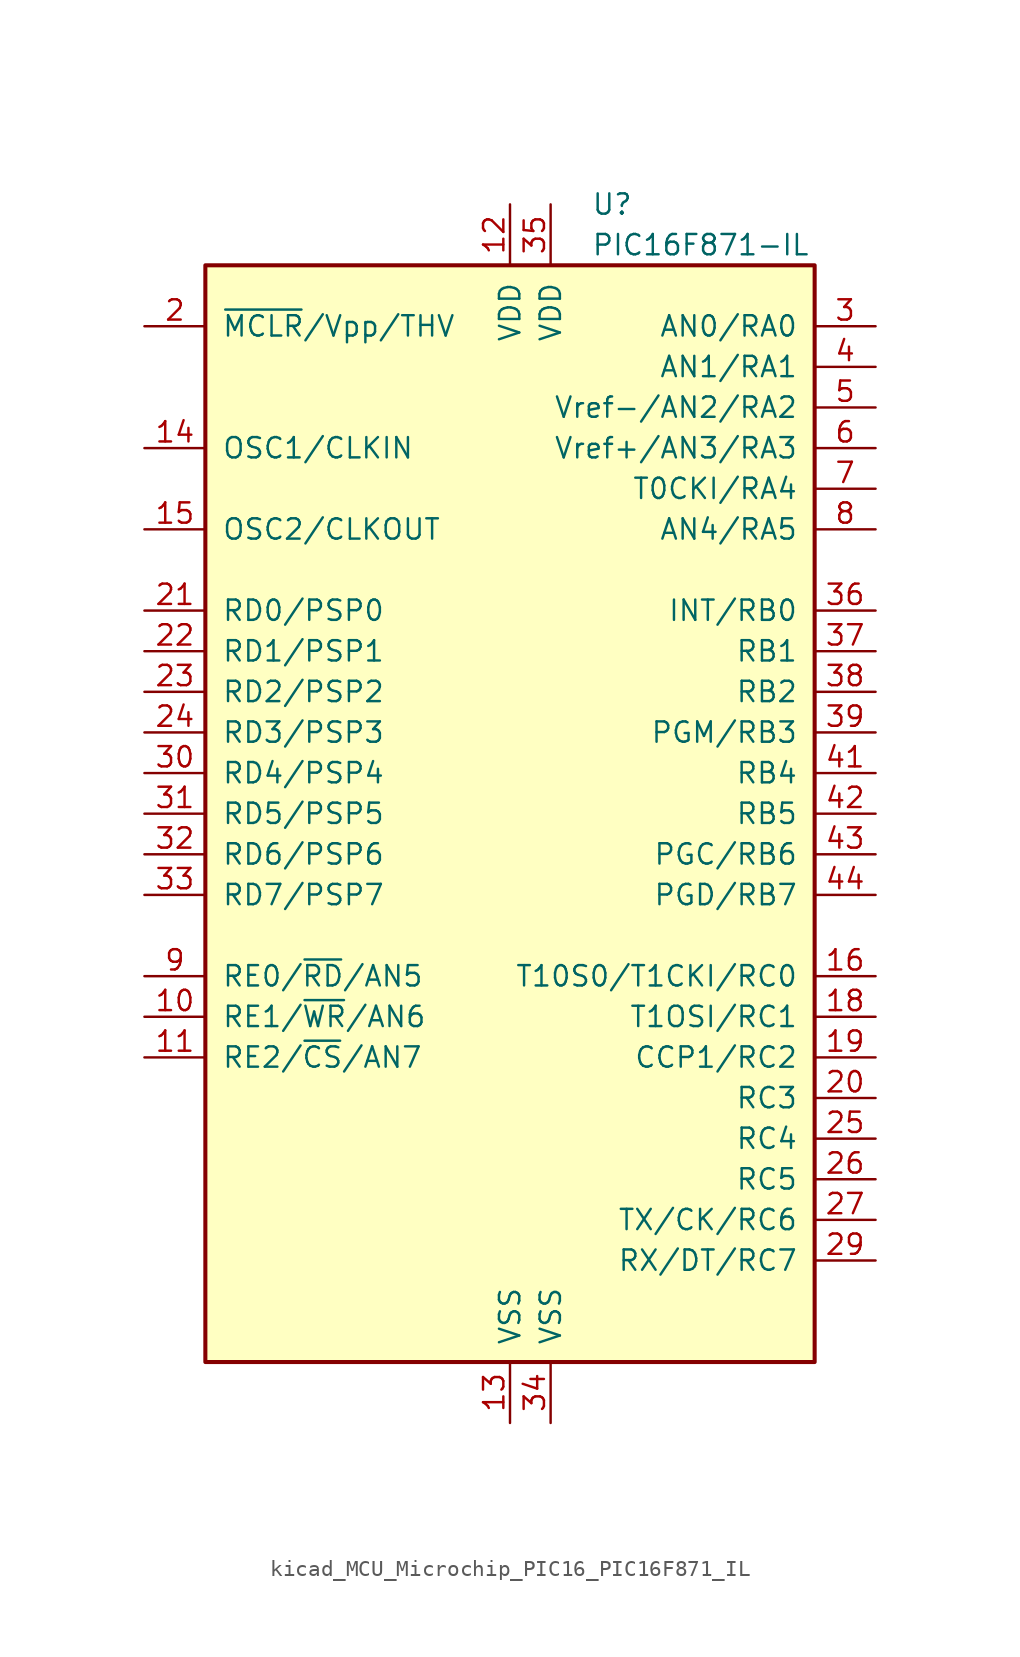
<source format=kicad_sym>
(kicad_symbol_lib
  (version 20220914)
  (generator kicad_symbol_editor)
  (symbol "kicad_MCU_Microchip_PIC16_PIC16F871_IL"
    (pin_names
      (offset 1.016))
    (property "Reference" "U"
      (at 5.08 38.1 0)
      (effects (font (size 1.27 1.27)) (justify left)))
    (property "Value" "PIC16F871-IL"
      (at 5.08 35.56 0)
      (effects (font (size 1.27 1.27)) (justify left)))
    (symbol "kicad_MCU_Microchip_PIC16_PIC16F871_IL_0_1"
      (rectangle (start -19.05 -34.29) (end 19.05 34.29) (stroke (width 0.254) (type default)) (fill (type background))))
    (symbol "kicad_MCU_Microchip_PIC16_PIC16F871_IL_1_1"
      (pin bidirectional line (at -22.86 -12.7 0) (length 3.81) (name "RE1/~{WR}/AN6" (effects (font (size 1.27 1.27)))) (number "10" (effects (font (size 1.27 1.27)))))
      (pin bidirectional line (at -22.86 -15.24 0) (length 3.81) (name "RE2/~{CS}/AN7" (effects (font (size 1.27 1.27)))) (number "11" (effects (font (size 1.27 1.27)))))
      (pin power_in line (at 0 38.1 270) (length 3.81) (name "VDD" (effects (font (size 1.27 1.27)))) (number "12" (effects (font (size 1.27 1.27)))))
      (pin power_in line (at 0 -38.1 90) (length 3.81) (name "VSS" (effects (font (size 1.27 1.27)))) (number "13" (effects (font (size 1.27 1.27)))))
      (pin input line (at -22.86 22.86 0) (length 3.81) (name "OSC1/CLKIN" (effects (font (size 1.27 1.27)))) (number "14" (effects (font (size 1.27 1.27)))))
      (pin output line (at -22.86 17.78 0) (length 3.81) (name "OSC2/CLKOUT" (effects (font (size 1.27 1.27)))) (number "15" (effects (font (size 1.27 1.27)))))
      (pin bidirectional line (at 22.86 -10.16 180) (length 3.81) (name "T10S0/T1CKI/RC0" (effects (font (size 1.27 1.27)))) (number "16" (effects (font (size 1.27 1.27)))))
      (pin bidirectional line (at 22.86 -12.7 180) (length 3.81) (name "T1OSI/RC1" (effects (font (size 1.27 1.27)))) (number "18" (effects (font (size 1.27 1.27)))))
      (pin bidirectional line (at 22.86 -15.24 180) (length 3.81) (name "CCP1/RC2" (effects (font (size 1.27 1.27)))) (number "19" (effects (font (size 1.27 1.27)))))
      (pin input line (at -22.86 30.48 0) (length 3.81) (name "~{MCLR}/Vpp/THV" (effects (font (size 1.27 1.27)))) (number "2" (effects (font (size 1.27 1.27)))))
      (pin bidirectional line (at 22.86 -17.78 180) (length 3.81) (name "RC3" (effects (font (size 1.27 1.27)))) (number "20" (effects (font (size 1.27 1.27)))))
      (pin bidirectional line (at -22.86 12.7 0) (length 3.81) (name "RD0/PSP0" (effects (font (size 1.27 1.27)))) (number "21" (effects (font (size 1.27 1.27)))))
      (pin bidirectional line (at -22.86 10.16 0) (length 3.81) (name "RD1/PSP1" (effects (font (size 1.27 1.27)))) (number "22" (effects (font (size 1.27 1.27)))))
      (pin bidirectional line (at -22.86 7.62 0) (length 3.81) (name "RD2/PSP2" (effects (font (size 1.27 1.27)))) (number "23" (effects (font (size 1.27 1.27)))))
      (pin bidirectional line (at -22.86 5.08 0) (length 3.81) (name "RD3/PSP3" (effects (font (size 1.27 1.27)))) (number "24" (effects (font (size 1.27 1.27)))))
      (pin bidirectional line (at 22.86 -20.32 180) (length 3.81) (name "RC4" (effects (font (size 1.27 1.27)))) (number "25" (effects (font (size 1.27 1.27)))))
      (pin bidirectional line (at 22.86 -22.86 180) (length 3.81) (name "RC5" (effects (font (size 1.27 1.27)))) (number "26" (effects (font (size 1.27 1.27)))))
      (pin bidirectional line (at 22.86 -25.4 180) (length 3.81) (name "TX/CK/RC6" (effects (font (size 1.27 1.27)))) (number "27" (effects (font (size 1.27 1.27)))))
      (pin bidirectional line (at 22.86 -27.94 180) (length 3.81) (name "RX/DT/RC7" (effects (font (size 1.27 1.27)))) (number "29" (effects (font (size 1.27 1.27)))))
      (pin bidirectional line (at 22.86 30.48 180) (length 3.81) (name "AN0/RA0" (effects (font (size 1.27 1.27)))) (number "3" (effects (font (size 1.27 1.27)))))
      (pin bidirectional line (at -22.86 2.54 0) (length 3.81) (name "RD4/PSP4" (effects (font (size 1.27 1.27)))) (number "30" (effects (font (size 1.27 1.27)))))
      (pin bidirectional line (at -22.86 0 0) (length 3.81) (name "RD5/PSP5" (effects (font (size 1.27 1.27)))) (number "31" (effects (font (size 1.27 1.27)))))
      (pin bidirectional line (at -22.86 -2.54 0) (length 3.81) (name "RD6/PSP6" (effects (font (size 1.27 1.27)))) (number "32" (effects (font (size 1.27 1.27)))))
      (pin bidirectional line (at -22.86 -5.08 0) (length 3.81) (name "RD7/PSP7" (effects (font (size 1.27 1.27)))) (number "33" (effects (font (size 1.27 1.27)))))
      (pin power_in line (at 2.54 -38.1 90) (length 3.81) (name "VSS" (effects (font (size 1.27 1.27)))) (number "34" (effects (font (size 1.27 1.27)))))
      (pin power_in line (at 2.54 38.1 270) (length 3.81) (name "VDD" (effects (font (size 1.27 1.27)))) (number "35" (effects (font (size 1.27 1.27)))))
      (pin bidirectional line (at 22.86 12.7 180) (length 3.81) (name "INT/RB0" (effects (font (size 1.27 1.27)))) (number "36" (effects (font (size 1.27 1.27)))))
      (pin bidirectional line (at 22.86 10.16 180) (length 3.81) (name "RB1" (effects (font (size 1.27 1.27)))) (number "37" (effects (font (size 1.27 1.27)))))
      (pin bidirectional line (at 22.86 7.62 180) (length 3.81) (name "RB2" (effects (font (size 1.27 1.27)))) (number "38" (effects (font (size 1.27 1.27)))))
      (pin bidirectional line (at 22.86 5.08 180) (length 3.81) (name "PGM/RB3" (effects (font (size 1.27 1.27)))) (number "39" (effects (font (size 1.27 1.27)))))
      (pin bidirectional line (at 22.86 27.94 180) (length 3.81) (name "AN1/RA1" (effects (font (size 1.27 1.27)))) (number "4" (effects (font (size 1.27 1.27)))))
      (pin bidirectional line (at 22.86 2.54 180) (length 3.81) (name "RB4" (effects (font (size 1.27 1.27)))) (number "41" (effects (font (size 1.27 1.27)))))
      (pin bidirectional line (at 22.86 0 180) (length 3.81) (name "RB5" (effects (font (size 1.27 1.27)))) (number "42" (effects (font (size 1.27 1.27)))))
      (pin bidirectional line (at 22.86 -2.54 180) (length 3.81) (name "PGC/RB6" (effects (font (size 1.27 1.27)))) (number "43" (effects (font (size 1.27 1.27)))))
      (pin bidirectional line (at 22.86 -5.08 180) (length 3.81) (name "PGD/RB7" (effects (font (size 1.27 1.27)))) (number "44" (effects (font (size 1.27 1.27)))))
      (pin bidirectional line (at 22.86 25.4 180) (length 3.81) (name "Vref-/AN2/RA2" (effects (font (size 1.27 1.27)))) (number "5" (effects (font (size 1.27 1.27)))))
      (pin bidirectional line (at 22.86 22.86 180) (length 3.81) (name "Vref+/AN3/RA3" (effects (font (size 1.27 1.27)))) (number "6" (effects (font (size 1.27 1.27)))))
      (pin bidirectional line (at 22.86 20.32 180) (length 3.81) (name "T0CKI/RA4" (effects (font (size 1.27 1.27)))) (number "7" (effects (font (size 1.27 1.27)))))
      (pin bidirectional line (at 22.86 17.78 180) (length 3.81) (name "AN4/RA5" (effects (font (size 1.27 1.27)))) (number "8" (effects (font (size 1.27 1.27)))))
      (pin bidirectional line (at -22.86 -10.16 0) (length 3.81) (name "RE0/~{RD}/AN5" (effects (font (size 1.27 1.27)))) (number "9" (effects (font (size 1.27 1.27))))))))
</source>
